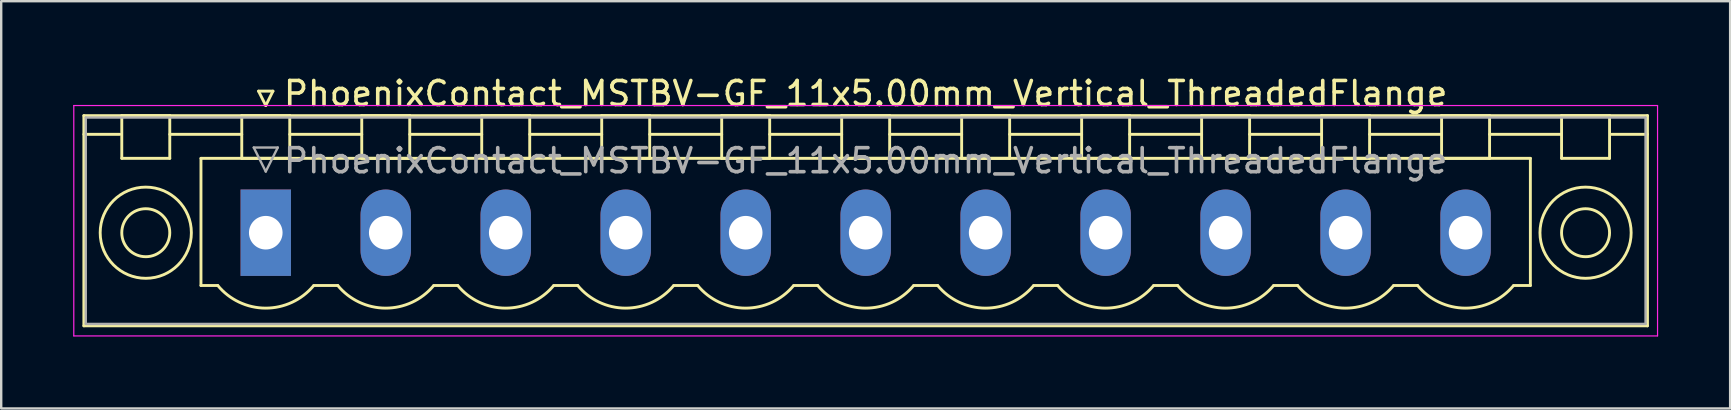
<source format=kicad_pcb>
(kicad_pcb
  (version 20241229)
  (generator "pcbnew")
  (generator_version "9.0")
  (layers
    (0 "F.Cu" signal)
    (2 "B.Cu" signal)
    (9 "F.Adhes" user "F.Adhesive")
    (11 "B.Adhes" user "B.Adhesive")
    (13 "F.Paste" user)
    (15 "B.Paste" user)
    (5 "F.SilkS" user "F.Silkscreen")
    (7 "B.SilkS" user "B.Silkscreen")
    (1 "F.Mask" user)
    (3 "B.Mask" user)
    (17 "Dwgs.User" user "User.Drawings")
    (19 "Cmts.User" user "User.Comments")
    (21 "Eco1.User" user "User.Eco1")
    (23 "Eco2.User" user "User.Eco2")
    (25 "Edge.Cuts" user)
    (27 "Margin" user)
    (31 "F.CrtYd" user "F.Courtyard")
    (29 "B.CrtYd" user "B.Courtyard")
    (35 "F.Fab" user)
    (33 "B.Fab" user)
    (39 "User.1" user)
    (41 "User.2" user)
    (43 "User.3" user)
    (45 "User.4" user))
  (footprint "PhoenixContact_MSTBV-GF_11x5.00mm_Vertical_ThreadedFlange"
    (layer "F.Cu")
    (at 8.025 6.648)
    (property "Reference" "PhoenixContact_MSTBV-GF_11x5.00mm_Vertical_ThreadedFlange" (at 25 -5.8 0) (layer "F.SilkS") (effects (font (size 1 1) (thickness 0.15))))
    (attr through_hole)
    (fp_line (start -7.58 -4.88) (end -7.58 3.88) (stroke (width 0.12) (type solid)) (layer "F.SilkS"))
    (fp_line (start -7.58 -4.1) (end -6.08 -4.1) (stroke (width 0.12) (type solid)) (layer "F.SilkS"))
    (fp_line (start -7.58 3.88) (end 57.58 3.88) (stroke (width 0.12) (type solid)) (layer "F.SilkS"))
    (fp_line (start -6 -4.88) (end -4 -4.88) (stroke (width 0.12) (type solid)) (layer "F.SilkS"))
    (fp_line (start -6 -3.1) (end -6 -4.88) (stroke (width 0.12) (type solid)) (layer "F.SilkS"))
    (fp_line (start -4 -4.88) (end -4 -3.1) (stroke (width 0.12) (type solid)) (layer "F.SilkS"))
    (fp_line (start -4 -4.1) (end -1 -4.1) (stroke (width 0.12) (type solid)) (layer "F.SilkS"))
    (fp_line (start -4 -3.1) (end -6 -3.1) (stroke (width 0.12) (type solid)) (layer "F.SilkS"))
    (fp_line (start -2.7 -3.1) (end 52.7 -3.1) (stroke (width 0.12) (type solid)) (layer "F.SilkS"))
    (fp_line (start -2.7 2.2) (end -2.7 -3.1) (stroke (width 0.12) (type solid)) (layer "F.SilkS"))
    (fp_line (start -2 2.2) (end -2.7 2.2) (stroke (width 0.12) (type solid)) (layer "F.SilkS"))
    (fp_line (start -1 -4.88) (end 1 -4.88) (stroke (width 0.12) (type solid)) (layer "F.SilkS"))
    (fp_line (start -1 -3.1) (end -1 -4.88) (stroke (width 0.12) (type solid)) (layer "F.SilkS"))
    (fp_line (start -0.3 -5.9) (end 0.3 -5.9) (stroke (width 0.12) (type solid)) (layer "F.SilkS"))
    (fp_line (start 0 -5.3) (end -0.3 -5.9) (stroke (width 0.12) (type solid)) (layer "F.SilkS"))
    (fp_line (start 0.3 -5.9) (end 0 -5.3) (stroke (width 0.12) (type solid)) (layer "F.SilkS"))
    (fp_line (start 1 -4.88) (end 1 -3.1) (stroke (width 0.12) (type solid)) (layer "F.SilkS"))
    (fp_line (start 1 -4.1) (end 4 -4.1) (stroke (width 0.12) (type solid)) (layer "F.SilkS"))
    (fp_line (start 1 -3.1) (end -1 -3.1) (stroke (width 0.12) (type solid)) (layer "F.SilkS"))
    (fp_line (start 2 2.2) (end 3 2.2) (stroke (width 0.12) (type solid)) (layer "F.SilkS"))
    (fp_line (start 4 -4.88) (end 6 -4.88) (stroke (width 0.12) (type solid)) (layer "F.SilkS"))
    (fp_line (start 4 -3.1) (end 4 -4.88) (stroke (width 0.12) (type solid)) (layer "F.SilkS"))
    (fp_line (start 6 -4.88) (end 6 -3.1) (stroke (width 0.12) (type solid)) (layer "F.SilkS"))
    (fp_line (start 6 -4.1) (end 9 -4.1) (stroke (width 0.12) (type solid)) (layer "F.SilkS"))
    (fp_line (start 6 -3.1) (end 4 -3.1) (stroke (width 0.12) (type solid)) (layer "F.SilkS"))
    (fp_line (start 7 2.2) (end 8 2.2) (stroke (width 0.12) (type solid)) (layer "F.SilkS"))
    (fp_line (start 9 -4.88) (end 11 -4.88) (stroke (width 0.12) (type solid)) (layer "F.SilkS"))
    (fp_line (start 9 -3.1) (end 9 -4.88) (stroke (width 0.12) (type solid)) (layer "F.SilkS"))
    (fp_line (start 11 -4.88) (end 11 -3.1) (stroke (width 0.12) (type solid)) (layer "F.SilkS"))
    (fp_line (start 11 -4.1) (end 14 -4.1) (stroke (width 0.12) (type solid)) (layer "F.SilkS"))
    (fp_line (start 11 -3.1) (end 9 -3.1) (stroke (width 0.12) (type solid)) (layer "F.SilkS"))
    (fp_line (start 12 2.2) (end 13 2.2) (stroke (width 0.12) (type solid)) (layer "F.SilkS"))
    (fp_line (start 14 -4.88) (end 16 -4.88) (stroke (width 0.12) (type solid)) (layer "F.SilkS"))
    (fp_line (start 14 -3.1) (end 14 -4.88) (stroke (width 0.12) (type solid)) (layer "F.SilkS"))
    (fp_line (start 16 -4.88) (end 16 -3.1) (stroke (width 0.12) (type solid)) (layer "F.SilkS"))
    (fp_line (start 16 -4.1) (end 19 -4.1) (stroke (width 0.12) (type solid)) (layer "F.SilkS"))
    (fp_line (start 16 -3.1) (end 14 -3.1) (stroke (width 0.12) (type solid)) (layer "F.SilkS"))
    (fp_line (start 17 2.2) (end 18 2.2) (stroke (width 0.12) (type solid)) (layer "F.SilkS"))
    (fp_line (start 19 -4.88) (end 21 -4.88) (stroke (width 0.12) (type solid)) (layer "F.SilkS"))
    (fp_line (start 19 -3.1) (end 19 -4.88) (stroke (width 0.12) (type solid)) (layer "F.SilkS"))
    (fp_line (start 21 -4.88) (end 21 -3.1) (stroke (width 0.12) (type solid)) (layer "F.SilkS"))
    (fp_line (start 21 -4.1) (end 24 -4.1) (stroke (width 0.12) (type solid)) (layer "F.SilkS"))
    (fp_line (start 21 -3.1) (end 19 -3.1) (stroke (width 0.12) (type solid)) (layer "F.SilkS"))
    (fp_line (start 22 2.2) (end 23 2.2) (stroke (width 0.12) (type solid)) (layer "F.SilkS"))
    (fp_line (start 24 -4.88) (end 26 -4.88) (stroke (width 0.12) (type solid)) (layer "F.SilkS"))
    (fp_line (start 24 -3.1) (end 24 -4.88) (stroke (width 0.12) (type solid)) (layer "F.SilkS"))
    (fp_line (start 26 -4.88) (end 26 -3.1) (stroke (width 0.12) (type solid)) (layer "F.SilkS"))
    (fp_line (start 26 -4.1) (end 29 -4.1) (stroke (width 0.12) (type solid)) (layer "F.SilkS"))
    (fp_line (start 26 -3.1) (end 24 -3.1) (stroke (width 0.12) (type solid)) (layer "F.SilkS"))
    (fp_line (start 27 2.2) (end 28 2.2) (stroke (width 0.12) (type solid)) (layer "F.SilkS"))
    (fp_line (start 29 -4.88) (end 31 -4.88) (stroke (width 0.12) (type solid)) (layer "F.SilkS"))
    (fp_line (start 29 -3.1) (end 29 -4.88) (stroke (width 0.12) (type solid)) (layer "F.SilkS"))
    (fp_line (start 31 -4.88) (end 31 -3.1) (stroke (width 0.12) (type solid)) (layer "F.SilkS"))
    (fp_line (start 31 -4.1) (end 34 -4.1) (stroke (width 0.12) (type solid)) (layer "F.SilkS"))
    (fp_line (start 31 -3.1) (end 29 -3.1) (stroke (width 0.12) (type solid)) (layer "F.SilkS"))
    (fp_line (start 32 2.2) (end 33 2.2) (stroke (width 0.12) (type solid)) (layer "F.SilkS"))
    (fp_line (start 34 -4.88) (end 36 -4.88) (stroke (width 0.12) (type solid)) (layer "F.SilkS"))
    (fp_line (start 34 -3.1) (end 34 -4.88) (stroke (width 0.12) (type solid)) (layer "F.SilkS"))
    (fp_line (start 36 -4.88) (end 36 -3.1) (stroke (width 0.12) (type solid)) (layer "F.SilkS"))
    (fp_line (start 36 -4.1) (end 39 -4.1) (stroke (width 0.12) (type solid)) (layer "F.SilkS"))
    (fp_line (start 36 -3.1) (end 34 -3.1) (stroke (width 0.12) (type solid)) (layer "F.SilkS"))
    (fp_line (start 37 2.2) (end 38 2.2) (stroke (width 0.12) (type solid)) (layer "F.SilkS"))
    (fp_line (start 39 -4.88) (end 41 -4.88) (stroke (width 0.12) (type solid)) (layer "F.SilkS"))
    (fp_line (start 39 -3.1) (end 39 -4.88) (stroke (width 0.12) (type solid)) (layer "F.SilkS"))
    (fp_line (start 41 -4.88) (end 41 -3.1) (stroke (width 0.12) (type solid)) (layer "F.SilkS"))
    (fp_line (start 41 -4.1) (end 44 -4.1) (stroke (width 0.12) (type solid)) (layer "F.SilkS"))
    (fp_line (start 41 -3.1) (end 39 -3.1) (stroke (width 0.12) (type solid)) (layer "F.SilkS"))
    (fp_line (start 42 2.2) (end 43 2.2) (stroke (width 0.12) (type solid)) (layer "F.SilkS"))
    (fp_line (start 44 -4.88) (end 46 -4.88) (stroke (width 0.12) (type solid)) (layer "F.SilkS"))
    (fp_line (start 44 -3.1) (end 44 -4.88) (stroke (width 0.12) (type solid)) (layer "F.SilkS"))
    (fp_line (start 46 -4.88) (end 46 -3.1) (stroke (width 0.12) (type solid)) (layer "F.SilkS"))
    (fp_line (start 46 -4.1) (end 49 -4.1) (stroke (width 0.12) (type solid)) (layer "F.SilkS"))
    (fp_line (start 46 -3.1) (end 44 -3.1) (stroke (width 0.12) (type solid)) (layer "F.SilkS"))
    (fp_line (start 47 2.2) (end 48 2.2) (stroke (width 0.12) (type solid)) (layer "F.SilkS"))
    (fp_line (start 49 -4.88) (end 51 -4.88) (stroke (width 0.12) (type solid)) (layer "F.SilkS"))
    (fp_line (start 49 -3.1) (end 49 -4.88) (stroke (width 0.12) (type solid)) (layer "F.SilkS"))
    (fp_line (start 51 -4.88) (end 51 -3.1) (stroke (width 0.12) (type solid)) (layer "F.SilkS"))
    (fp_line (start 51 -4.1) (end 54 -4.1) (stroke (width 0.12) (type solid)) (layer "F.SilkS"))
    (fp_line (start 51 -3.1) (end 49 -3.1) (stroke (width 0.12) (type solid)) (layer "F.SilkS"))
    (fp_line (start 52.7 -3.1) (end 52.7 2.2) (stroke (width 0.12) (type solid)) (layer "F.SilkS"))
    (fp_line (start 52.7 2.2) (end 52 2.2) (stroke (width 0.12) (type solid)) (layer "F.SilkS"))
    (fp_line (start 54 -4.88) (end 56 -4.88) (stroke (width 0.12) (type solid)) (layer "F.SilkS"))
    (fp_line (start 54 -3.1) (end 54 -4.88) (stroke (width 0.12) (type solid)) (layer "F.SilkS"))
    (fp_line (start 56 -4.88) (end 56 -3.1) (stroke (width 0.12) (type solid)) (layer "F.SilkS"))
    (fp_line (start 56 -3.1) (end 54 -3.1) (stroke (width 0.12) (type solid)) (layer "F.SilkS"))
    (fp_line (start 57.58 -4.88) (end -7.58 -4.88) (stroke (width 0.12) (type solid)) (layer "F.SilkS"))
    (fp_line (start 57.58 -4.1) (end 56.08 -4.1) (stroke (width 0.12) (type solid)) (layer "F.SilkS"))
    (fp_line (start 57.58 3.88) (end 57.58 -4.88) (stroke (width 0.12) (type solid)) (layer "F.SilkS"))
    (fp_arc (start 1.986842 2.215821) (mid -0.010289 3.142758) (end -2 2.2) (stroke (width 0.12) (type solid)) (layer "F.SilkS"))
    (fp_arc (start 6.986842 2.215821) (mid 4.989711 3.142758) (end 3 2.2) (stroke (width 0.12) (type solid)) (layer "F.SilkS"))
    (fp_arc (start 11.986842 2.215821) (mid 9.989711 3.142758) (end 8 2.2) (stroke (width 0.12) (type solid)) (layer "F.SilkS"))
    (fp_arc (start 16.986842 2.215821) (mid 14.989711 3.142758) (end 13 2.2) (stroke (width 0.12) (type solid)) (layer "F.SilkS"))
    (fp_arc (start 21.986842 2.215821) (mid 19.989711 3.142758) (end 18 2.2) (stroke (width 0.12) (type solid)) (layer "F.SilkS"))
    (fp_arc (start 26.986842 2.215821) (mid 24.989711 3.142758) (end 23 2.2) (stroke (width 0.12) (type solid)) (layer "F.SilkS"))
    (fp_arc (start 31.986842 2.215821) (mid 29.989711 3.142758) (end 28 2.2) (stroke (width 0.12) (type solid)) (layer "F.SilkS"))
    (fp_arc (start 36.986842 2.215821) (mid 34.989711 3.142758) (end 33 2.2) (stroke (width 0.12) (type solid)) (layer "F.SilkS"))
    (fp_arc (start 41.986842 2.215821) (mid 39.989711 3.142758) (end 38 2.2) (stroke (width 0.12) (type solid)) (layer "F.SilkS"))
    (fp_arc (start 46.986842 2.215821) (mid 44.989711 3.142758) (end 43 2.2) (stroke (width 0.12) (type solid)) (layer "F.SilkS"))
    (fp_arc (start 51.986842 2.215821) (mid 49.989711 3.142758) (end 48 2.2) (stroke (width 0.12) (type solid)) (layer "F.SilkS"))
    (fp_circle (center -5 0) (end -4 0) (stroke (width 0.12) (type solid)) (fill no) (layer "F.SilkS"))
    (fp_circle (center -5 0) (end -3.1 0) (stroke (width 0.12) (type solid)) (fill no) (layer "F.SilkS"))
    (fp_circle (center 55 0) (end 56 0) (stroke (width 0.12) (type solid)) (fill no) (layer "F.SilkS"))
    (fp_circle (center 55 0) (end 56.9 0) (stroke (width 0.12) (type solid)) (fill no) (layer "F.SilkS"))
    (fp_line (start -8 -5.3) (end -8 4.3) (stroke (width 0.05) (type solid)) (layer "F.CrtYd"))
    (fp_line (start -8 4.3) (end 58 4.3) (stroke (width 0.05) (type solid)) (layer "F.CrtYd"))
    (fp_line (start 58 -5.3) (end -8 -5.3) (stroke (width 0.05) (type solid)) (layer "F.CrtYd"))
    (fp_line (start 58 4.3) (end 58 -5.3) (stroke (width 0.05) (type solid)) (layer "F.CrtYd"))
    (fp_line (start -7.5 -4.8) (end -7.5 3.8) (stroke (width 0.1) (type solid)) (layer "F.Fab"))
    (fp_line (start -7.5 3.8) (end 57.5 3.8) (stroke (width 0.1) (type solid)) (layer "F.Fab"))
    (fp_line (start -0.5 -3.55) (end 0.5 -3.55) (stroke (width 0.1) (type solid)) (layer "F.Fab"))
    (fp_line (start 0 -2.55) (end -0.5 -3.55) (stroke (width 0.1) (type solid)) (layer "F.Fab"))
    (fp_line (start 0.5 -3.55) (end 0 -2.55) (stroke (width 0.1) (type solid)) (layer "F.Fab"))
    (fp_line (start 57.5 -4.8) (end -7.5 -4.8) (stroke (width 0.1) (type solid)) (layer "F.Fab"))
    (fp_line (start 57.5 3.8) (end 57.5 -4.8) (stroke (width 0.1) (type solid)) (layer "F.Fab"))
    (fp_text user "${REFERENCE}" (at 25 -3 0) (layer "F.Fab") (effects (font (size 1 1) (thickness 0.15))))
    (pad "1" thru_hole rect (at 0 0) (size 2.1 3.6) (drill 1.4) (layers "*.Cu" "*.Mask"))
    (pad "2" thru_hole oval (at 5 0) (size 2.1 3.6) (drill 1.4) (layers "*.Cu" "*.Mask"))
    (pad "3" thru_hole oval (at 10 0) (size 2.1 3.6) (drill 1.4) (layers "*.Cu" "*.Mask"))
    (pad "4" thru_hole oval (at 15 0) (size 2.1 3.6) (drill 1.4) (layers "*.Cu" "*.Mask"))
    (pad "5" thru_hole oval (at 20 0) (size 2.1 3.6) (drill 1.4) (layers "*.Cu" "*.Mask"))
    (pad "6" thru_hole oval (at 25 0) (size 2.1 3.6) (drill 1.4) (layers "*.Cu" "*.Mask"))
    (pad "7" thru_hole oval (at 30 0) (size 2.1 3.6) (drill 1.4) (layers "*.Cu" "*.Mask"))
    (pad "8" thru_hole oval (at 35 0) (size 2.1 3.6) (drill 1.4) (layers "*.Cu" "*.Mask"))
    (pad "9" thru_hole oval (at 40 0) (size 2.1 3.6) (drill 1.4) (layers "*.Cu" "*.Mask"))
    (pad "10" thru_hole oval (at 45 0) (size 2.1 3.6) (drill 1.4) (layers "*.Cu" "*.Mask"))
    (pad "11" thru_hole oval (at 50 0) (size 2.1 3.6) (drill 1.4) (layers "*.Cu" "*.Mask")))
  (gr_rect
    (start -3 -3)
    (end 69.05 13.973)
    (stroke (width 0.1) (type default))
    (fill no)
    (layer "Edge.Cuts")))
</source>
